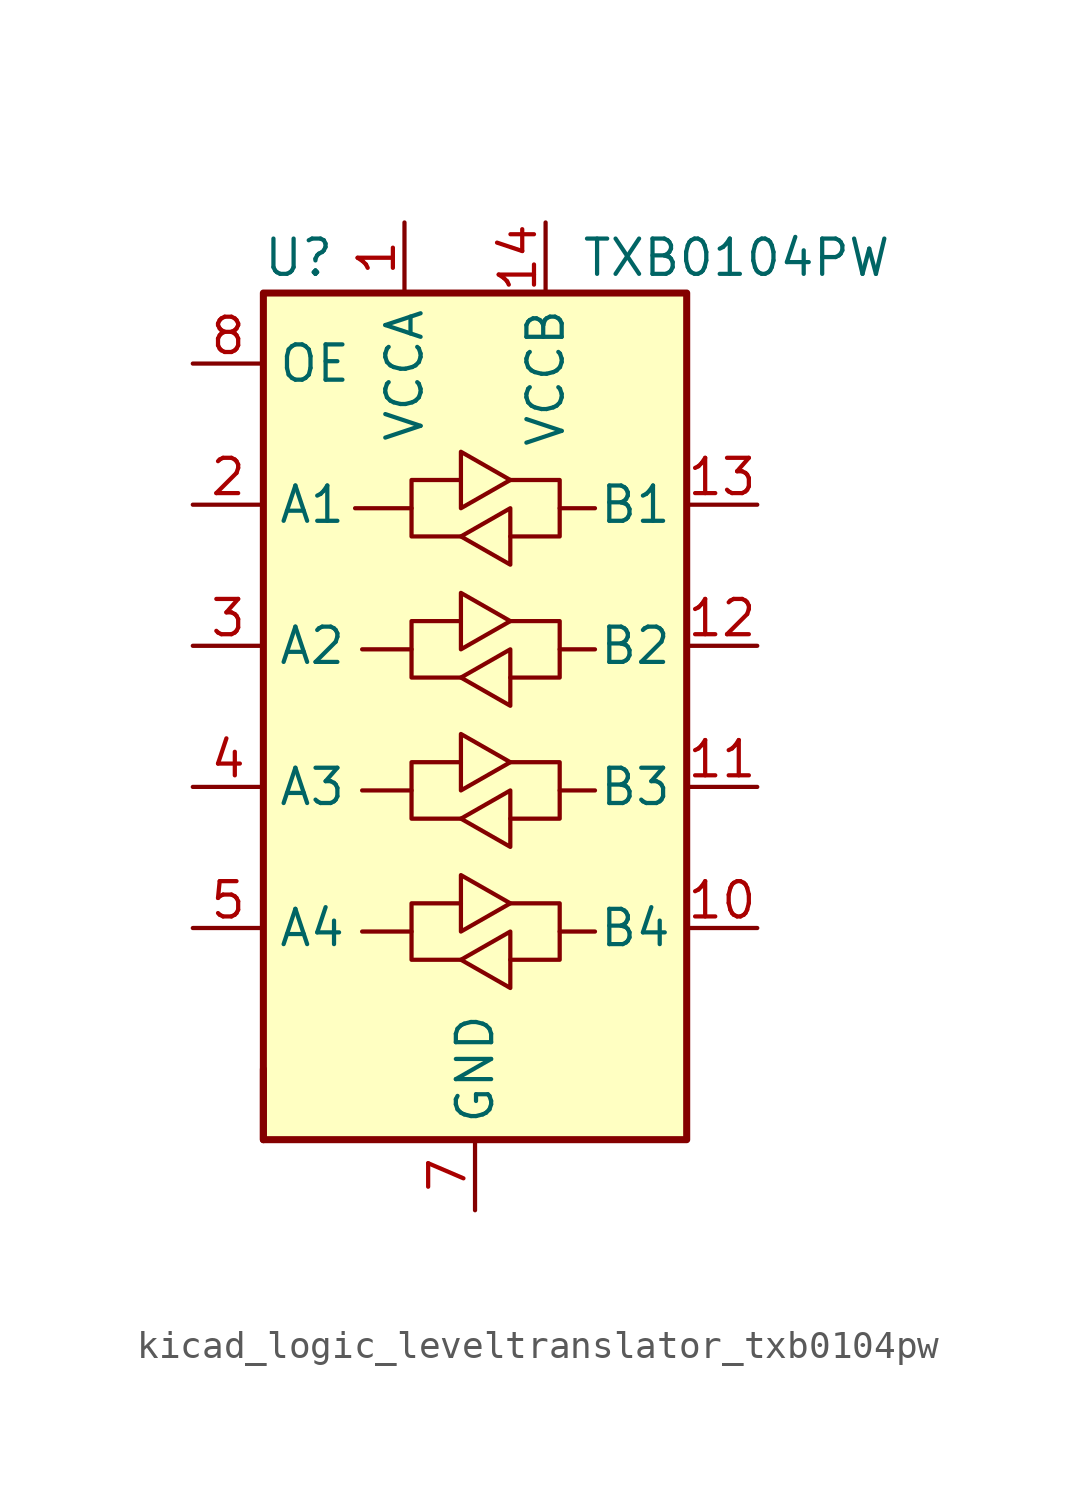
<source format=kicad_sym>
(kicad_symbol_lib
  (version 20220914)
  (generator kicad_symbol_editor)
  (symbol "kicad_logic_leveltranslator_txb0104pw"
    (property "Reference" "U"
      (at -6.35 16.51 0)
      (effects (font (size 1.27 1.27))))
    (property "Value" "TXB0104PW"
      (at 3.81 16.51 0)
      (effects (font (size 1.27 1.27)) (justify left)))
    (symbol "kicad_logic_leveltranslator_txb0104pw_0_1"
      (rectangle (start -7.62 -15.24) (end -7.62 -12.7) (stroke (width 0.254) (type default)) (fill (type none)))
      (rectangle (start -7.62 15.24) (end 7.62 -15.24) (stroke (width 0.254) (type default)) (fill (type background)))
      (polyline (pts (xy -2.286 -7.747) (xy -2.286 -6.731) (xy -0.508 -6.731)) (stroke (width 0) (type default)) (fill (type none)))
      (polyline (pts (xy -2.286 -2.667) (xy -2.286 -1.651) (xy -0.508 -1.651)) (stroke (width 0) (type default)) (fill (type none)))
      (polyline (pts (xy -2.286 2.413) (xy -2.286 3.429) (xy -0.508 3.429)) (stroke (width 0) (type default)) (fill (type none)))
      (polyline (pts (xy -2.286 7.493) (xy -2.286 8.509) (xy -0.508 8.509)) (stroke (width 0) (type default)) (fill (type none)))
      (polyline (pts (xy 3.048 -7.747) (xy 3.048 -8.763) (xy 1.27 -8.763)) (stroke (width 0) (type default)) (fill (type none)))
      (polyline (pts (xy 3.048 -2.667) (xy 3.048 -3.683) (xy 1.27 -3.683)) (stroke (width 0) (type default)) (fill (type none)))
      (polyline (pts (xy 3.048 2.413) (xy 3.048 1.397) (xy 1.27 1.397)) (stroke (width 0) (type default)) (fill (type none)))
      (polyline (pts (xy 3.048 7.493) (xy 3.048 6.477) (xy 1.27 6.477)) (stroke (width 0) (type default)) (fill (type none)))
      (polyline (pts (xy -0.508 -8.763) (xy -2.286 -8.763) (xy -2.286 -7.747) (xy -4.064 -7.747)) (stroke (width 0) (type default)) (fill (type none)))
      (polyline (pts (xy -0.508 -8.763) (xy 1.27 -7.747) (xy 1.27 -9.779) (xy -0.508 -8.763)) (stroke (width 0) (type default)) (fill (type none)))
      (polyline (pts (xy -0.508 -3.683) (xy -2.286 -3.683) (xy -2.286 -2.667) (xy -4.064 -2.667)) (stroke (width 0) (type default)) (fill (type none)))
      (polyline (pts (xy -0.508 -3.683) (xy 1.27 -2.667) (xy 1.27 -4.699) (xy -0.508 -3.683)) (stroke (width 0) (type default)) (fill (type none)))
      (polyline (pts (xy -0.508 1.397) (xy -2.286 1.397) (xy -2.286 2.413) (xy -4.064 2.413)) (stroke (width 0) (type default)) (fill (type none)))
      (polyline (pts (xy -0.508 1.397) (xy 1.27 2.413) (xy 1.27 0.381) (xy -0.508 1.397)) (stroke (width 0) (type default)) (fill (type none)))
      (polyline (pts (xy -0.508 6.477) (xy -2.286 6.477) (xy -2.286 7.493) (xy -4.318 7.493)) (stroke (width 0) (type default)) (fill (type none)))
      (polyline (pts (xy -0.508 6.477) (xy 1.27 7.493) (xy 1.27 5.461) (xy -0.508 6.477)) (stroke (width 0) (type default)) (fill (type none)))
      (polyline (pts (xy 1.27 -6.731) (xy -0.508 -7.747) (xy -0.508 -5.715) (xy 1.27 -6.731)) (stroke (width 0) (type default)) (fill (type none)))
      (polyline (pts (xy 1.27 -6.731) (xy 3.048 -6.731) (xy 3.048 -7.747) (xy 4.318 -7.747)) (stroke (width 0) (type default)) (fill (type none)))
      (polyline (pts (xy 1.27 -1.651) (xy -0.508 -2.667) (xy -0.508 -0.635) (xy 1.27 -1.651)) (stroke (width 0) (type default)) (fill (type none)))
      (polyline (pts (xy 1.27 -1.651) (xy 3.048 -1.651) (xy 3.048 -2.667) (xy 4.318 -2.667)) (stroke (width 0) (type default)) (fill (type none)))
      (polyline (pts (xy 1.27 3.429) (xy -0.508 2.413) (xy -0.508 4.445) (xy 1.27 3.429)) (stroke (width 0) (type default)) (fill (type none)))
      (polyline (pts (xy 1.27 3.429) (xy 3.048 3.429) (xy 3.048 2.413) (xy 4.318 2.413)) (stroke (width 0) (type default)) (fill (type none)))
      (polyline (pts (xy 1.27 8.509) (xy -0.508 7.493) (xy -0.508 9.525) (xy 1.27 8.509)) (stroke (width 0) (type default)) (fill (type none)))
      (polyline (pts (xy 1.27 8.509) (xy 3.048 8.509) (xy 3.048 7.493) (xy 4.318 7.493)) (stroke (width 0) (type default)) (fill (type none))))
    (symbol "kicad_logic_leveltranslator_txb0104pw_1_1"
      (pin power_in line (at -2.54 17.78 270) (length 2.54) (name "VCCA" (effects (font (size 1.27 1.27)))) (number "1" (effects (font (size 1.27 1.27)))))
      (pin bidirectional line (at 10.16 -7.62 180) (length 2.54) (name "B4" (effects (font (size 1.27 1.27)))) (number "10" (effects (font (size 1.27 1.27)))))
      (pin bidirectional line (at 10.16 -2.54 180) (length 2.54) (name "B3" (effects (font (size 1.27 1.27)))) (number "11" (effects (font (size 1.27 1.27)))))
      (pin bidirectional line (at 10.16 2.54 180) (length 2.54) (name "B2" (effects (font (size 1.27 1.27)))) (number "12" (effects (font (size 1.27 1.27)))))
      (pin bidirectional line (at 10.16 7.62 180) (length 2.54) (name "B1" (effects (font (size 1.27 1.27)))) (number "13" (effects (font (size 1.27 1.27)))))
      (pin power_in line (at 2.54 17.78 270) (length 2.54) (name "VCCB" (effects (font (size 1.27 1.27)))) (number "14" (effects (font (size 1.27 1.27)))))
      (pin bidirectional line (at -10.16 7.62 0) (length 2.54) (name "A1" (effects (font (size 1.27 1.27)))) (number "2" (effects (font (size 1.27 1.27)))))
      (pin bidirectional line (at -10.16 2.54 0) (length 2.54) (name "A2" (effects (font (size 1.27 1.27)))) (number "3" (effects (font (size 1.27 1.27)))))
      (pin bidirectional line (at -10.16 -2.54 0) (length 2.54) (name "A3" (effects (font (size 1.27 1.27)))) (number "4" (effects (font (size 1.27 1.27)))))
      (pin bidirectional line (at -10.16 -7.62 0) (length 2.54) (name "A4" (effects (font (size 1.27 1.27)))) (number "5" (effects (font (size 1.27 1.27)))))
      (pin no_connect line (at -7.62 -12.7 0) (length 2.54) hide (name "NC" (effects (font (size 1.27 1.27)))) (number "6" (effects (font (size 1.27 1.27)))))
      (pin power_in line (at 0 -17.78 90) (length 2.54) (name "GND" (effects (font (size 1.27 1.27)))) (number "7" (effects (font (size 1.27 1.27)))))
      (pin input line (at -10.16 12.7 0) (length 2.54) (name "OE" (effects (font (size 1.27 1.27)))) (number "8" (effects (font (size 1.27 1.27)))))
      (pin no_connect line (at 7.62 -12.7 180) (length 2.54) hide (name "NC" (effects (font (size 1.27 1.27)))) (number "9" (effects (font (size 1.27 1.27))))))))
</source>
